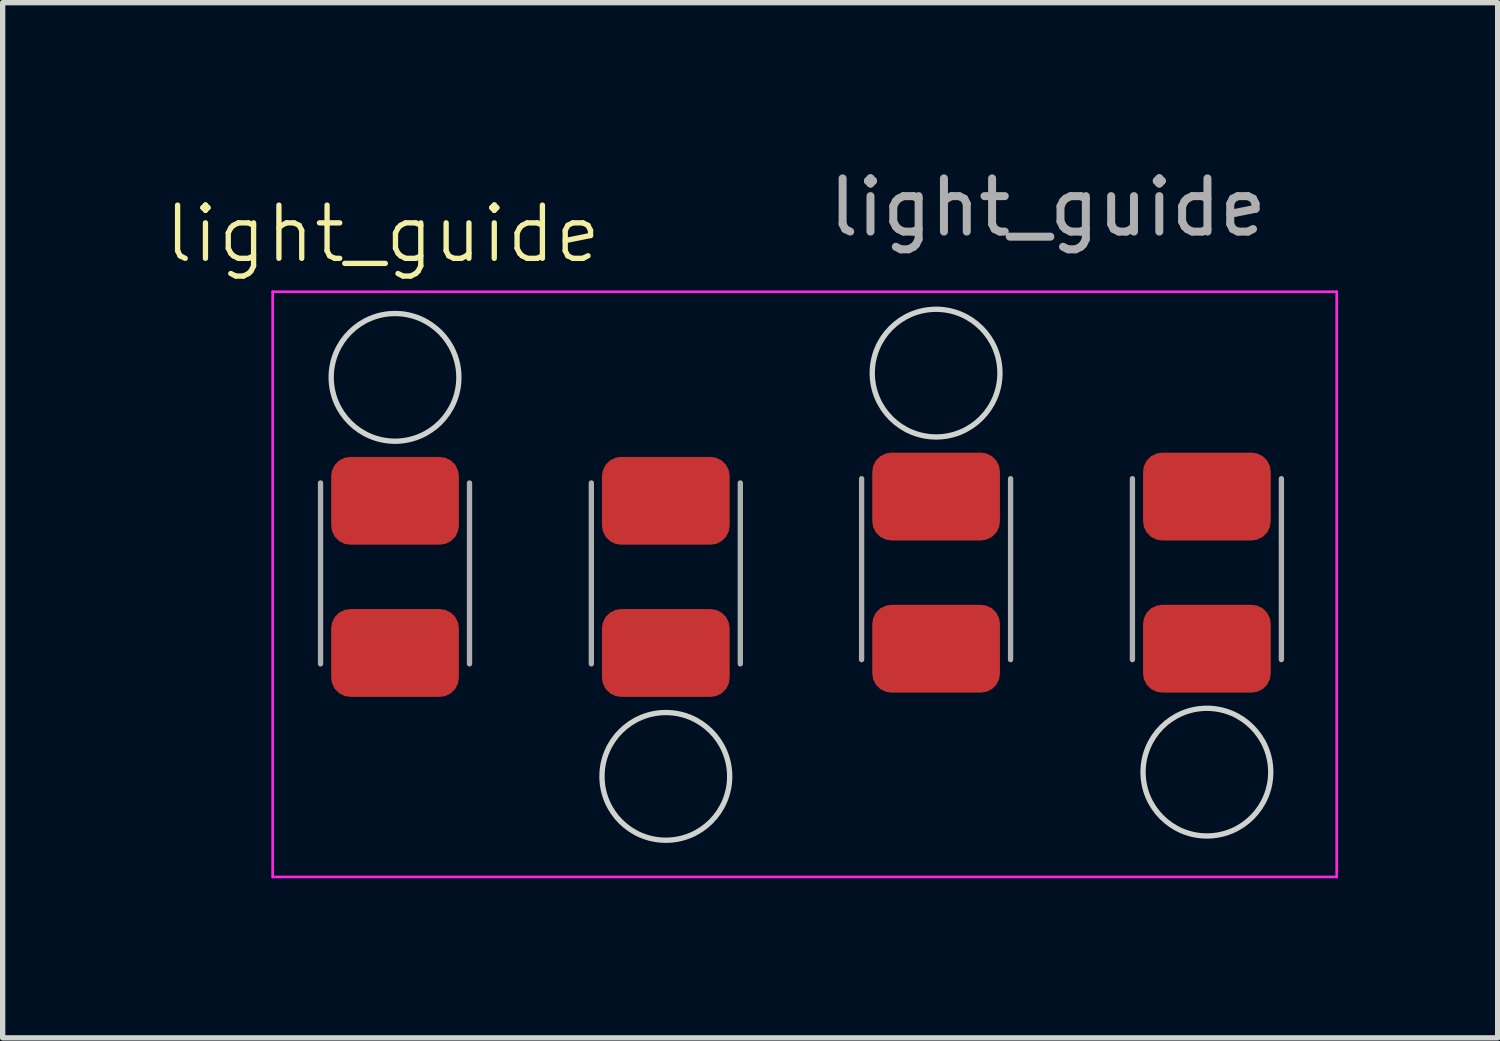
<source format=kicad_pcb>
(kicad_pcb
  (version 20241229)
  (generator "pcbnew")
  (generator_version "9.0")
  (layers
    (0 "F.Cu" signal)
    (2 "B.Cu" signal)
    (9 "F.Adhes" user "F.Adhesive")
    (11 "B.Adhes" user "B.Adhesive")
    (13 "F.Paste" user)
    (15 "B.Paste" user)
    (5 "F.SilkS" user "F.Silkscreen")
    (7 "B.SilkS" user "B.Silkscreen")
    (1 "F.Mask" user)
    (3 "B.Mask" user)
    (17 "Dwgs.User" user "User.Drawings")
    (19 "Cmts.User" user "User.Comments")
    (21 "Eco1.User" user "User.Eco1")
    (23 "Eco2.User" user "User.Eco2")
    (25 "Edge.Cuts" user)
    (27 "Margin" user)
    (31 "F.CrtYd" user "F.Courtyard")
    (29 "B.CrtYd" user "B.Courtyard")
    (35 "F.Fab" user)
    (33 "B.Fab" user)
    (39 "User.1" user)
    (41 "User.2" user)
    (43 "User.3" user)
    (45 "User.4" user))
  (footprint "light_guide"
    (layer "F.Cu")
    (at 12.145 7.848)
    (property "Reference" "light_guide" (at -8 -6.5 0) (unlocked yes) (layer "F.SilkS") (effects (font (size 1 1) (thickness 0.1))))
    (attr smd)
    (fp_circle (center -7.77 -3.805) (end -6.57 -3.805) (stroke (width 0.1) (type default)) (fill no) (layer "Edge.Cuts"))
    (fp_circle (center -2.68 3.695) (end -1.48 3.695) (stroke (width 0.1) (type default)) (fill no) (layer "Edge.Cuts"))
    (fp_circle (center 2.4 -3.885) (end 3.6 -3.885) (stroke (width 0.1) (type default)) (fill no) (layer "Edge.Cuts"))
    (fp_circle (center 7.49 3.615) (end 8.69 3.615) (stroke (width 0.1) (type default)) (fill no) (layer "Edge.Cuts"))
    (fp_line (start -10.07 5.585) (end -10.07 -5.415) (stroke (width 0.05) (type solid)) (layer "F.CrtYd"))
    (fp_line (start 9.93 -5.415) (end -10.07 -5.415) (stroke (width 0.05) (type solid)) (layer "F.CrtYd"))
    (fp_line (start 9.93 -5.415) (end 9.93 5.585) (stroke (width 0.05) (type solid)) (layer "F.CrtYd"))
    (fp_line (start 9.93 5.585) (end -10.07 5.585) (stroke (width 0.05) (type solid)) (layer "F.CrtYd"))
    (fp_line (start -9.17 -1.82) (end -9.17 1.58) (stroke (width 0.1) (type solid)) (layer "F.Fab"))
    (fp_line (start -6.37 1.58) (end -6.37 -1.82) (stroke (width 0.1) (type solid)) (layer "F.Fab"))
    (fp_line (start -4.08 -1.82) (end -4.08 1.58) (stroke (width 0.1) (type solid)) (layer "F.Fab"))
    (fp_line (start -1.28 1.58) (end -1.28 -1.82) (stroke (width 0.1) (type solid)) (layer "F.Fab"))
    (fp_line (start 1 -1.9) (end 1 1.5) (stroke (width 0.1) (type solid)) (layer "F.Fab"))
    (fp_line (start 3.8 1.5) (end 3.8 -1.9) (stroke (width 0.1) (type solid)) (layer "F.Fab"))
    (fp_line (start 6.09 -1.9) (end 6.09 1.5) (stroke (width 0.1) (type solid)) (layer "F.Fab"))
    (fp_line (start 8.89 1.5) (end 8.89 -1.9) (stroke (width 0.1) (type solid)) (layer "F.Fab"))
    (fp_text user "${REFERENCE}" (at 4.5 -7 0) (unlocked yes) (layer "F.Fab") (effects (font (size 1 1) (thickness 0.15))))
    (pad "1" smd roundrect (at -7.77 -1.485 90) (size 1.65 2.4) (layers "F.Cu" "F.Mask" "F.Paste") (roundrect_rratio 0.217))
    (pad "2" smd roundrect (at -7.77 1.375 90) (size 1.65 2.4) (layers "F.Cu" "F.Mask" "F.Paste") (roundrect_rratio 0.217))
    (pad "3" smd roundrect (at -2.68 -1.485 90) (size 1.65 2.4) (layers "F.Cu" "F.Mask" "F.Paste") (roundrect_rratio 0.217))
    (pad "4" smd roundrect (at -2.68 1.375 90) (size 1.65 2.4) (layers "F.Cu" "F.Mask" "F.Paste") (roundrect_rratio 0.217))
    (pad "5" smd roundrect (at 2.4 -1.565 90) (size 1.65 2.4) (layers "F.Cu" "F.Mask" "F.Paste") (roundrect_rratio 0.217))
    (pad "6" smd roundrect (at 2.4 1.295 90) (size 1.65 2.4) (layers "F.Cu" "F.Mask" "F.Paste") (roundrect_rratio 0.217))
    (pad "7" smd roundrect (at 7.49 -1.565 90) (size 1.65 2.4) (layers "F.Cu" "F.Mask" "F.Paste") (roundrect_rratio 0.217))
    (pad "8" smd roundrect (at 7.49 1.295 90) (size 1.65 2.4) (layers "F.Cu" "F.Mask" "F.Paste") (roundrect_rratio 0.217)))
  (gr_rect
    (start -3 -3)
    (end 25.1 16.458)
    (stroke (width 0.1) (type default))
    (fill no)
    (layer "Edge.Cuts")))
</source>
